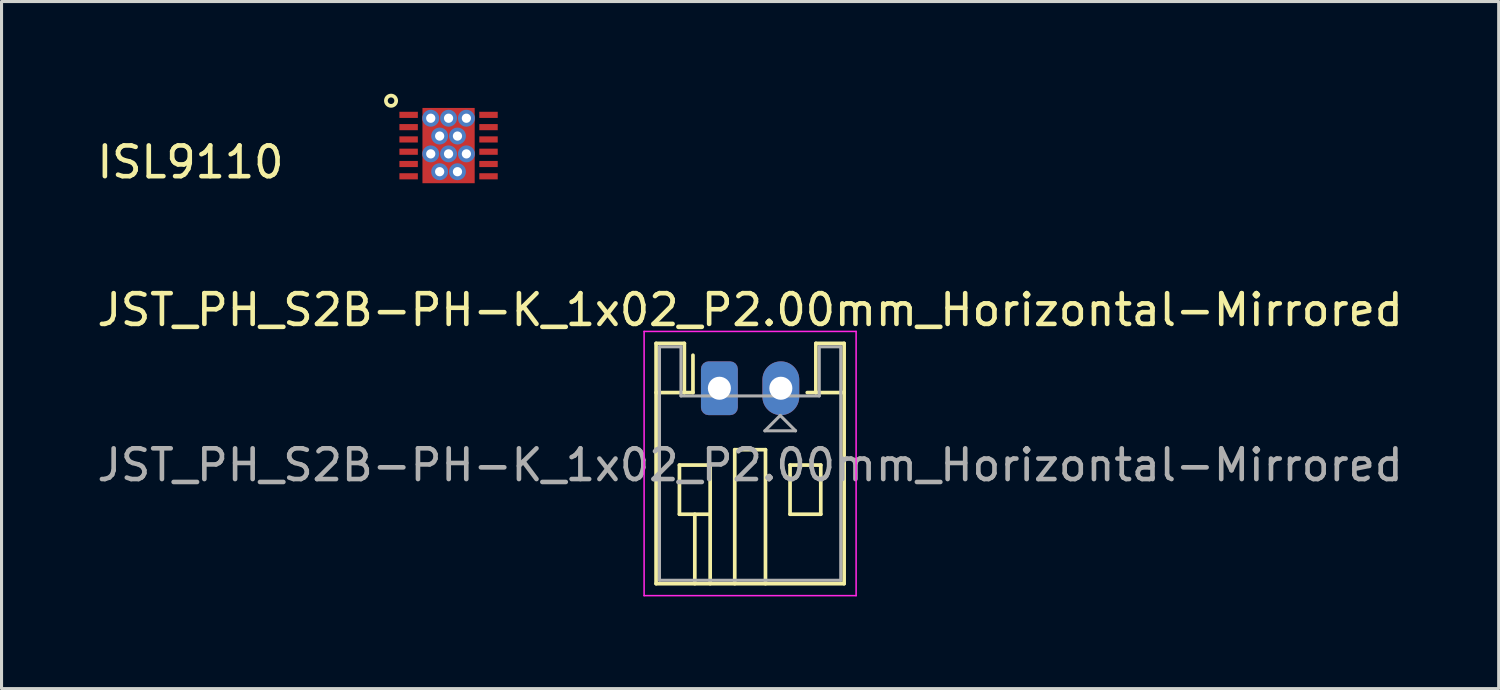
<source format=kicad_pcb>
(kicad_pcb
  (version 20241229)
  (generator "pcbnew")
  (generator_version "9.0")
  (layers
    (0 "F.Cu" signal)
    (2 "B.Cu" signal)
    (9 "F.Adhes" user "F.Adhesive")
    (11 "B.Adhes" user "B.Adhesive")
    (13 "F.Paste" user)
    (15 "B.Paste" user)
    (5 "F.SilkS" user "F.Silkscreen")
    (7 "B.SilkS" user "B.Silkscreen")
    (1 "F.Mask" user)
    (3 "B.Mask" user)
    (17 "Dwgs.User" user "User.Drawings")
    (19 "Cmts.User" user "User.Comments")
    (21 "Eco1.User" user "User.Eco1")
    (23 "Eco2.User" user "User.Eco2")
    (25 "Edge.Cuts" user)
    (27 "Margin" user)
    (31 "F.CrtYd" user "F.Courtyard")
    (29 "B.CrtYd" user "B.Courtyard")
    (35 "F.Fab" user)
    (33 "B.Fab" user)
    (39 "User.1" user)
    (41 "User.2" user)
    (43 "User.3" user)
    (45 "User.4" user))
  (footprint "ISL9110"
    (layer "F.Cu")
    (at 11.549 1.688)
    (property "Reference" "ISL9110" (at -8.4 0.54 0) (layer "F.SilkS") (effects (font (size 1 1) (thickness 0.15))))
    (attr through_hole)
    (fp_circle (center -1.872 -1.46) (end -1.712 -1.41) (stroke (width 0.12) (type solid)) (fill no) (layer "F.SilkS"))
    (fp_line (start -1.5 1.5) (end -1.5 -1.5) (stroke (width 0.000001) (type solid)) (layer "F.Fab"))
    (fp_line (start 0 -1.5) (end -1.5 -1.5) (stroke (width 0.000001) (type solid)) (layer "F.Fab"))
    (fp_line (start 0 -1.5) (end 1.5 -1.5) (stroke (width 0.000001) (type solid)) (layer "F.Fab"))
    (fp_line (start 1.5 -1.5) (end 1.5 1.5) (stroke (width 0.000001) (type solid)) (layer "F.Fab"))
    (fp_line (start 1.5 1.5) (end -1.5 1.5) (stroke (width 0.000001) (type solid)) (layer "F.Fab"))
    (pad "1" smd rect (at -1.3 -1) (size 0.6 0.2) (layers "F.Cu" "F.Mask" "F.Paste"))
    (pad "2" smd rect (at -1.3 -0.6) (size 0.6 0.2) (layers "F.Cu" "F.Mask" "F.Paste"))
    (pad "3" smd rect (at -1.3 -0.2) (size 0.6 0.2) (layers "F.Cu" "F.Mask" "F.Paste"))
    (pad "3" thru_hole circle (at -0.58 -0.89) (size 0.55 0.55) (drill 0.3) (layers "*.Cu" "*.Mask"))
    (pad "3" thru_hole circle (at -0.58 0.27) (size 0.55 0.55) (drill 0.3) (layers "*.Cu" "*.Mask"))
    (pad "3" thru_hole circle (at -0.29 -0.31) (size 0.55 0.55) (drill 0.3) (layers "*.Cu" "*.Mask"))
    (pad "3" thru_hole circle (at -0.29 0.85) (size 0.55 0.55) (drill 0.3) (layers "*.Cu" "*.Mask"))
    (pad "3" thru_hole circle (at 0 -0.89) (size 0.55 0.55) (drill 0.3) (layers "*.Cu" "*.Mask"))
    (pad "3" smd rect (at 0 0) (size 1.7 2.45) (layers "F.Cu" "F.Mask" "F.Paste"))
    (pad "3" thru_hole circle (at 0 0.27) (size 0.55 0.55) (drill 0.3) (layers "*.Cu" "*.Mask"))
    (pad "3" thru_hole circle (at 0.29 -0.31) (size 0.55 0.55) (drill 0.3) (layers "*.Cu" "*.Mask"))
    (pad "3" thru_hole circle (at 0.29 0.85) (size 0.55 0.55) (drill 0.3) (layers "*.Cu" "*.Mask"))
    (pad "3" thru_hole circle (at 0.58 -0.89) (size 0.55 0.55) (drill 0.3) (layers "*.Cu" "*.Mask"))
    (pad "3" thru_hole circle (at 0.58 0.27) (size 0.55 0.55) (drill 0.3) (layers "*.Cu" "*.Mask"))
    (pad "4" smd rect (at -1.3 0.2) (size 0.6 0.2) (layers "F.Cu" "F.Mask" "F.Paste"))
    (pad "5" smd rect (at -1.3 0.6) (size 0.6 0.2) (layers "F.Cu" "F.Mask" "F.Paste"))
    (pad "6" smd rect (at -1.3 1) (size 0.6 0.2) (layers "F.Cu" "F.Mask" "F.Paste"))
    (pad "7" smd rect (at 1.3 1) (size 0.6 0.2) (layers "F.Cu" "F.Mask" "F.Paste"))
    (pad "8" smd rect (at 1.3 0.6) (size 0.6 0.2) (layers "F.Cu" "F.Mask" "F.Paste"))
    (pad "9" smd rect (at 1.3 0.2) (size 0.6 0.2) (layers "F.Cu" "F.Mask" "F.Paste"))
    (pad "10" smd rect (at 1.3 -0.2) (size 0.6 0.2) (layers "F.Cu" "F.Mask" "F.Paste"))
    (pad "11" smd rect (at 1.3 -0.6) (size 0.6 0.2) (layers "F.Cu" "F.Mask" "F.Paste"))
    (pad "12" smd rect (at 1.3 -1) (size 0.6 0.2) (layers "F.Cu" "F.Mask" "F.Paste")))
  (footprint "JST_PH_S2B-PH-K_1x02_P2.00mm_Horizontal-Mirrored"
    (layer "F.Cu")
    (at 20.363 9.586)
    (property "Reference" "JST_PH_S2B-PH-K_1x02_P2.00mm_Horizontal-Mirrored" (at 1 -2.55 0) (layer "F.SilkS") (effects (font (size 1 1) (thickness 0.15))))
    (attr through_hole)
    (fp_line (start -2.06 -1.46) (end -2.06 6.36) (stroke (width 0.12) (type solid)) (layer "F.SilkS"))
    (fp_line (start -2.06 0.14) (end -1.14 0.14) (stroke (width 0.12) (type solid)) (layer "F.SilkS"))
    (fp_line (start -2.06 6.36) (end 4.06 6.36) (stroke (width 0.12) (type solid)) (layer "F.SilkS"))
    (fp_line (start -1.3 2.5) (end -1.3 4.1) (stroke (width 0.12) (type solid)) (layer "F.SilkS"))
    (fp_line (start -1.3 4.1) (end -0.3 4.1) (stroke (width 0.12) (type solid)) (layer "F.SilkS"))
    (fp_line (start -1.14 -1.46) (end -2.06 -1.46) (stroke (width 0.12) (type solid)) (layer "F.SilkS"))
    (fp_line (start -1.14 0.14) (end -1.14 -1.46) (stroke (width 0.12) (type solid)) (layer "F.SilkS"))
    (fp_line (start -0.86 0.14) (end -1.14 0.14) (stroke (width 0.12) (type solid)) (layer "F.SilkS"))
    (fp_line (start -0.86 0.14) (end -0.86 -1.075) (stroke (width 0.12) (type solid)) (layer "F.SilkS"))
    (fp_line (start -0.8 4.1) (end -0.8 6.36) (stroke (width 0.12) (type solid)) (layer "F.SilkS"))
    (fp_line (start -0.3 2.5) (end -1.3 2.5) (stroke (width 0.12) (type solid)) (layer "F.SilkS"))
    (fp_line (start -0.3 4.1) (end -0.3 2.5) (stroke (width 0.12) (type solid)) (layer "F.SilkS"))
    (fp_line (start -0.3 4.1) (end -0.3 6.36) (stroke (width 0.12) (type solid)) (layer "F.SilkS"))
    (fp_line (start 0.5 2) (end 1.5 2) (stroke (width 0.12) (type solid)) (layer "F.SilkS"))
    (fp_line (start 0.5 6.36) (end 0.5 2) (stroke (width 0.12) (type solid)) (layer "F.SilkS"))
    (fp_line (start 1.5 2) (end 1.5 6.36) (stroke (width 0.12) (type solid)) (layer "F.SilkS"))
    (fp_line (start 2.3 2.5) (end 3.3 2.5) (stroke (width 0.12) (type solid)) (layer "F.SilkS"))
    (fp_line (start 2.3 4.1) (end 2.3 2.5) (stroke (width 0.12) (type solid)) (layer "F.SilkS"))
    (fp_line (start 3.14 -1.46) (end 3.14 0.14) (stroke (width 0.12) (type solid)) (layer "F.SilkS"))
    (fp_line (start 3.14 0.14) (end 2.86 0.14) (stroke (width 0.12) (type solid)) (layer "F.SilkS"))
    (fp_line (start 3.3 2.5) (end 3.3 4.1) (stroke (width 0.12) (type solid)) (layer "F.SilkS"))
    (fp_line (start 3.3 4.1) (end 2.3 4.1) (stroke (width 0.12) (type solid)) (layer "F.SilkS"))
    (fp_line (start 4.06 -1.46) (end 3.14 -1.46) (stroke (width 0.12) (type solid)) (layer "F.SilkS"))
    (fp_line (start 4.06 0.14) (end 3.14 0.14) (stroke (width 0.12) (type solid)) (layer "F.SilkS"))
    (fp_line (start 4.06 6.36) (end 4.06 -1.46) (stroke (width 0.12) (type solid)) (layer "F.SilkS"))
    (fp_line (start -2.45 -1.85) (end -2.45 6.75) (stroke (width 0.05) (type solid)) (layer "F.CrtYd"))
    (fp_line (start -2.45 6.75) (end 4.45 6.75) (stroke (width 0.05) (type solid)) (layer "F.CrtYd"))
    (fp_line (start 4.45 -1.85) (end -2.45 -1.85) (stroke (width 0.05) (type solid)) (layer "F.CrtYd"))
    (fp_line (start 4.45 6.75) (end 4.45 -1.85) (stroke (width 0.05) (type solid)) (layer "F.CrtYd"))
    (fp_line (start -1.95 -1.35) (end -1.95 6.25) (stroke (width 0.1) (type solid)) (layer "F.Fab"))
    (fp_line (start -1.95 6.25) (end 3.95 6.25) (stroke (width 0.1) (type solid)) (layer "F.Fab"))
    (fp_line (start -1.25 -1.35) (end -1.95 -1.35) (stroke (width 0.1) (type solid)) (layer "F.Fab"))
    (fp_line (start -1.25 0.25) (end -1.25 -1.35) (stroke (width 0.1) (type solid)) (layer "F.Fab"))
    (fp_line (start 1.48 1.385) (end 2.48 1.385) (stroke (width 0.1) (type solid)) (layer "F.Fab"))
    (fp_line (start 1.98 0.885) (end 1.48 1.385) (stroke (width 0.1) (type solid)) (layer "F.Fab"))
    (fp_line (start 2.48 1.385) (end 1.98 0.885) (stroke (width 0.1) (type solid)) (layer "F.Fab"))
    (fp_line (start 3.25 -1.35) (end 3.25 0.25) (stroke (width 0.1) (type solid)) (layer "F.Fab"))
    (fp_line (start 3.25 0.25) (end -1.25 0.25) (stroke (width 0.1) (type solid)) (layer "F.Fab"))
    (fp_line (start 3.95 -1.35) (end 3.25 -1.35) (stroke (width 0.1) (type solid)) (layer "F.Fab"))
    (fp_line (start 3.95 6.25) (end 3.95 -1.35) (stroke (width 0.1) (type solid)) (layer "F.Fab"))
    (fp_text user "${REFERENCE}" (at 1 2.5 0) (layer "F.Fab") (effects (font (size 1 1) (thickness 0.15))))
    (pad "1" thru_hole oval (at 2 0) (size 1.2 1.75) (drill 0.75) (layers "*.Cu" "*.Mask"))
    (pad "2" thru_hole roundrect (at 0 0) (size 1.2 1.75) (drill 0.75) (layers "*.Cu" "*.Mask") (roundrect_rratio 0.208)))
  (gr_rect
    (start -3 -3)
    (end 45.726 19.361)
    (stroke (width 0.1) (type default))
    (fill no)
    (layer "Edge.Cuts")))
</source>
